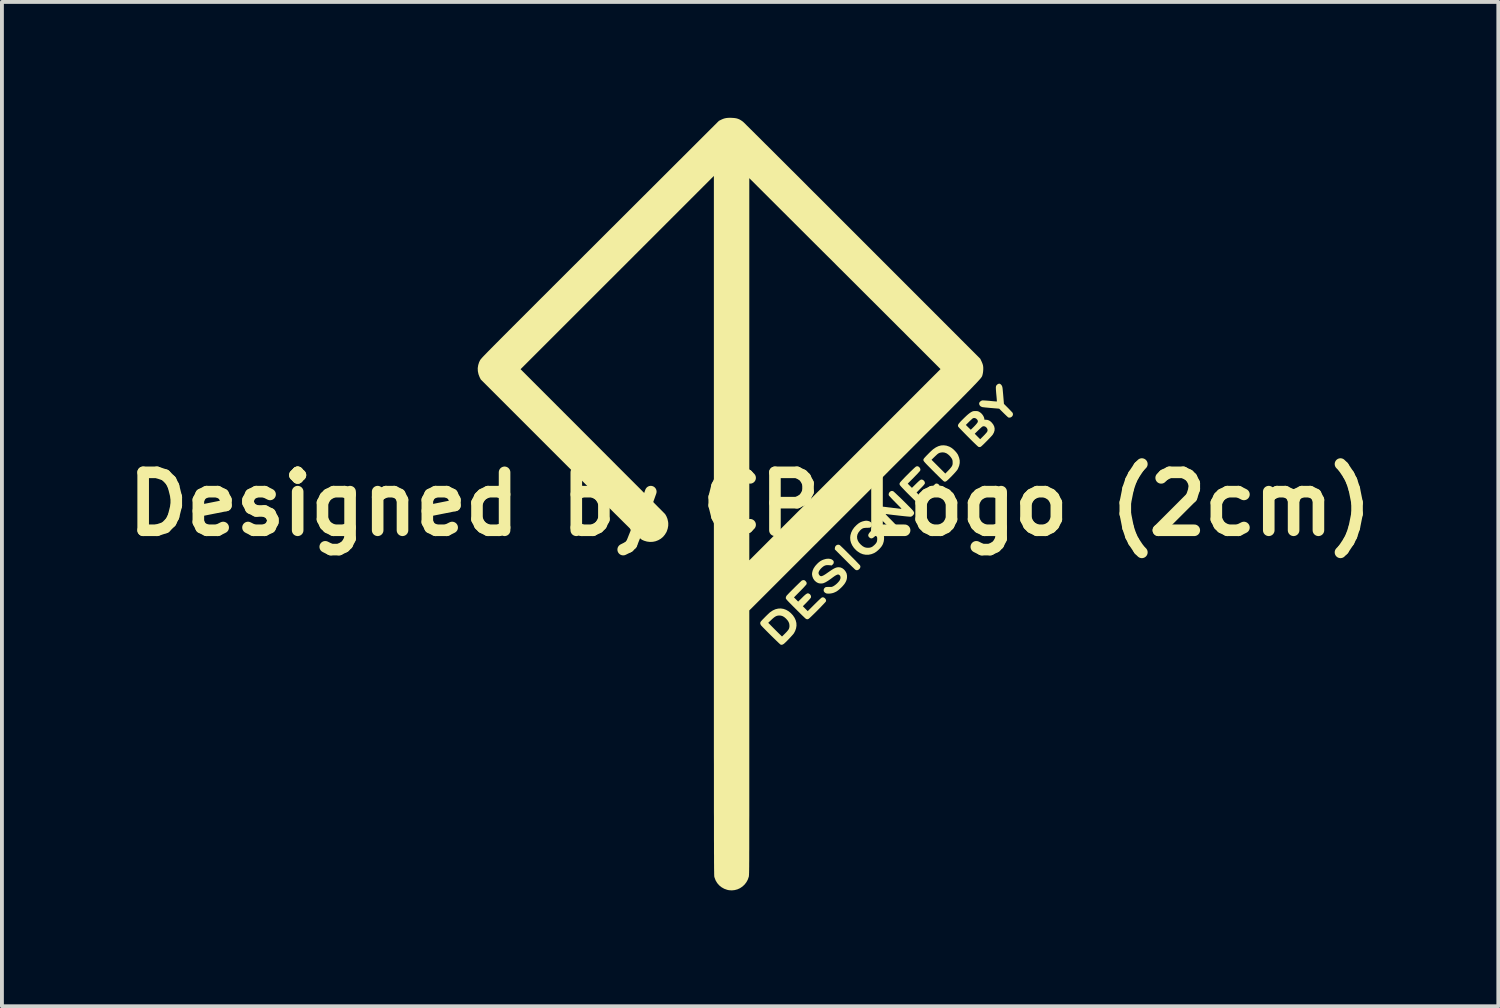
<source format=kicad_pcb>
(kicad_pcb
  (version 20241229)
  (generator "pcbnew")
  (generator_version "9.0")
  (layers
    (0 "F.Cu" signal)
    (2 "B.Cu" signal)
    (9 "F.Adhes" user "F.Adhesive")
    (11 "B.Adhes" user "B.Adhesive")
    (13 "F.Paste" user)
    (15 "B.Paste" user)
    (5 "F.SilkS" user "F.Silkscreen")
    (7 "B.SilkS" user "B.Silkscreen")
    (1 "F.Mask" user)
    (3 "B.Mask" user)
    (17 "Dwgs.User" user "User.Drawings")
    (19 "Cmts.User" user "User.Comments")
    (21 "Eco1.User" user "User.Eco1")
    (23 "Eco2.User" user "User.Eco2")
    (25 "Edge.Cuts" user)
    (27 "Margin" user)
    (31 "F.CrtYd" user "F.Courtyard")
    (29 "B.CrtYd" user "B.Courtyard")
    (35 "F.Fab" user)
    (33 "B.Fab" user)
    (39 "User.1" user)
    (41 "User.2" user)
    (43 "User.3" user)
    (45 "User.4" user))
  (footprint "Designed by CP Logo (2cm)"
    (layer "F.Cu")
    (at 16.371 10.001)
    (property "Reference" "Designed by CP Logo (2cm)" (at 0 0 0) (layer "F.SilkS") (effects (font (size 1.5 1.5) (thickness 0.3))))
    (attr board_only exclude_from_pos_files exclude_from_bom)
    (fp_poly (pts (xy 2.298 1.053) (xy 2.319 1.061) (xy 2.328 1.068) (xy 2.345 1.084) (xy 2.37 1.108) (xy 2.402 1.138) (xy 2.438 1.173) (xy 2.478 1.213) (xy 2.521 1.256) (xy 2.566 1.301) (xy 2.611 1.346) (xy 2.656 1.391) (xy 2.699 1.434) (xy 2.738 1.474) (xy 2.773 1.51) (xy 2.803 1.542) (xy 2.827 1.566) (xy 2.842 1.583) (xy 2.849 1.592) (xy 2.856 1.62) (xy 2.85 1.649) (xy 2.834 1.676) (xy 2.807 1.699) (xy 2.806 1.7) (xy 2.776 1.712) (xy 2.748 1.711) (xy 2.726 1.701) (xy 2.717 1.693) (xy 2.699 1.677) (xy 2.674 1.652) (xy 2.641 1.621) (xy 2.603 1.583) (xy 2.559 1.54) (xy 2.513 1.494) (xy 2.463 1.444) (xy 2.449 1.43) (xy 2.194 1.174) (xy 2.194 1.143) (xy 2.2 1.11) (xy 2.216 1.083) (xy 2.239 1.063) (xy 2.268 1.053)) (stroke (width 0) (type solid)) (fill yes) (layer "F.SilkS"))
    (fp_poly (pts (xy 6.472 -3.112) (xy 6.495 -3.095) (xy 6.513 -3.072) (xy 6.518 -3.065) (xy 6.522 -3.055) (xy 6.526 -3.045) (xy 6.53 -3.033) (xy 6.533 -3.019) (xy 6.536 -3) (xy 6.539 -2.974) (xy 6.542 -2.941) (xy 6.546 -2.898) (xy 6.551 -2.844) (xy 6.556 -2.784) (xy 6.572 -2.594) (xy 6.682 -2.484) (xy 6.714 -2.451) (xy 6.743 -2.42) (xy 6.768 -2.394) (xy 6.787 -2.374) (xy 6.797 -2.361) (xy 6.799 -2.358) (xy 6.806 -2.329) (xy 6.802 -2.3) (xy 6.787 -2.274) (xy 6.764 -2.253) (xy 6.734 -2.24) (xy 6.723 -2.239) (xy 6.702 -2.239) (xy 6.685 -2.243) (xy 6.683 -2.244) (xy 6.674 -2.251) (xy 6.657 -2.267) (xy 6.633 -2.289) (xy 6.604 -2.317) (xy 6.572 -2.348) (xy 6.559 -2.361) (xy 6.449 -2.47) (xy 6.242 -2.487) (xy 6.188 -2.492) (xy 6.137 -2.497) (xy 6.092 -2.501) (xy 6.055 -2.505) (xy 6.027 -2.509) (xy 6.01 -2.511) (xy 6.008 -2.512) (xy 5.975 -2.526) (xy 5.95 -2.548) (xy 5.934 -2.576) (xy 5.93 -2.606) (xy 5.931 -2.615) (xy 5.941 -2.637) (xy 5.961 -2.658) (xy 5.986 -2.675) (xy 6.011 -2.684) (xy 6.027 -2.684) (xy 6.054 -2.683) (xy 6.09 -2.681) (xy 6.134 -2.678) (xy 6.181 -2.674) (xy 6.214 -2.671) (xy 6.262 -2.666) (xy 6.305 -2.662) (xy 6.341 -2.659) (xy 6.368 -2.657) (xy 6.385 -2.656) (xy 6.389 -2.656) (xy 6.389 -2.663) (xy 6.388 -2.683) (xy 6.386 -2.712) (xy 6.383 -2.749) (xy 6.379 -2.792) (xy 6.377 -2.813) (xy 6.371 -2.876) (xy 6.367 -2.928) (xy 6.364 -2.968) (xy 6.363 -3) (xy 6.363 -3.024) (xy 6.365 -3.042) (xy 6.369 -3.057) (xy 6.374 -3.068) (xy 6.377 -3.072) (xy 6.394 -3.092) (xy 6.418 -3.108) (xy 6.442 -3.117) (xy 6.45 -3.118)) (stroke (width 0) (type solid)) (fill yes) (layer "F.SilkS"))
    (fp_poly (pts (xy 0.866 2.714) (xy 0.934 2.739) (xy 0.999 2.777) (xy 1.052 2.82) (xy 1.108 2.88) (xy 1.151 2.944) (xy 1.181 3.01) (xy 1.198 3.078) (xy 1.201 3.148) (xy 1.19 3.217) (xy 1.166 3.286) (xy 1.134 3.346) (xy 1.12 3.364) (xy 1.099 3.389) (xy 1.071 3.42) (xy 1.039 3.455) (xy 1.005 3.491) (xy 0.97 3.527) (xy 0.937 3.561) (xy 0.907 3.589) (xy 0.883 3.611) (xy 0.874 3.619) (xy 0.842 3.638) (xy 0.811 3.644) (xy 0.79 3.639) (xy 0.782 3.633) (xy 0.765 3.618) (xy 0.74 3.595) (xy 0.709 3.565) (xy 0.673 3.531) (xy 0.633 3.492) (xy 0.59 3.45) (xy 0.546 3.407) (xy 0.502 3.363) (xy 0.458 3.319) (xy 0.417 3.278) (xy 0.379 3.239) (xy 0.345 3.205) (xy 0.317 3.176) (xy 0.296 3.153) (xy 0.283 3.139) (xy 0.281 3.136) (xy 0.265 3.105) (xy 0.262 3.075) (xy 0.262 3.074) (xy 0.469 3.074) (xy 0.645 3.251) (xy 0.686 3.292) (xy 0.724 3.33) (xy 0.758 3.363) (xy 0.786 3.39) (xy 0.807 3.411) (xy 0.821 3.424) (xy 0.826 3.428) (xy 0.832 3.423) (xy 0.846 3.41) (xy 0.866 3.39) (xy 0.891 3.365) (xy 0.908 3.348) (xy 0.946 3.309) (xy 0.974 3.276) (xy 0.995 3.248) (xy 1.008 3.222) (xy 1.015 3.196) (xy 1.019 3.167) (xy 1.019 3.149) (xy 1.014 3.1) (xy 0.997 3.053) (xy 0.968 3.008) (xy 0.926 2.962) (xy 0.925 2.961) (xy 0.882 2.925) (xy 0.84 2.901) (xy 0.796 2.888) (xy 0.752 2.885) (xy 0.719 2.888) (xy 0.687 2.896) (xy 0.654 2.912) (xy 0.619 2.936) (xy 0.579 2.97) (xy 0.545 3.002) (xy 0.469 3.074) (xy 0.262 3.074) (xy 0.273 3.047) (xy 0.273 3.047) (xy 0.283 3.034) (xy 0.302 3.013) (xy 0.327 2.986) (xy 0.357 2.956) (xy 0.389 2.923) (xy 0.422 2.89) (xy 0.454 2.859) (xy 0.483 2.832) (xy 0.506 2.81) (xy 0.523 2.797) (xy 0.589 2.753) (xy 0.658 2.722) (xy 0.727 2.706) (xy 0.797 2.703)) (stroke (width 0) (type solid)) (fill yes) (layer "F.SilkS"))
    (fp_poly (pts (xy 5.083 -1.513) (xy 5.153 -1.489) (xy 5.18 -1.476) (xy 5.223 -1.45) (xy 5.267 -1.414) (xy 5.309 -1.372) (xy 5.347 -1.328) (xy 5.377 -1.284) (xy 5.384 -1.27) (xy 5.412 -1.199) (xy 5.427 -1.13) (xy 5.427 -1.062) (xy 5.413 -0.993) (xy 5.385 -0.923) (xy 5.369 -0.892) (xy 5.356 -0.875) (xy 5.336 -0.85) (xy 5.31 -0.82) (xy 5.279 -0.786) (xy 5.245 -0.75) (xy 5.21 -0.713) (xy 5.175 -0.679) (xy 5.143 -0.647) (xy 5.114 -0.621) (xy 5.092 -0.601) (xy 5.076 -0.59) (xy 5.075 -0.589) (xy 5.053 -0.581) (xy 5.036 -0.58) (xy 5.019 -0.588) (xy 5.012 -0.592) (xy 5.003 -0.599) (xy 4.985 -0.616) (xy 4.959 -0.64) (xy 4.926 -0.672) (xy 4.888 -0.709) (xy 4.845 -0.752) (xy 4.798 -0.798) (xy 4.749 -0.848) (xy 4.738 -0.858) (xy 4.681 -0.916) (xy 4.632 -0.965) (xy 4.592 -1.006) (xy 4.56 -1.039) (xy 4.534 -1.067) (xy 4.515 -1.089) (xy 4.501 -1.106) (xy 4.493 -1.12) (xy 4.488 -1.131) (xy 4.486 -1.141) (xy 4.487 -1.147) (xy 4.697 -1.147) (xy 4.876 -0.968) (xy 5.054 -0.79) (xy 5.129 -0.866) (xy 5.163 -0.902) (xy 5.191 -0.935) (xy 5.213 -0.963) (xy 5.224 -0.981) (xy 5.235 -1.003) (xy 5.241 -1.024) (xy 5.244 -1.048) (xy 5.244 -1.076) (xy 5.243 -1.108) (xy 5.24 -1.131) (xy 5.233 -1.153) (xy 5.224 -1.173) (xy 5.2 -1.209) (xy 5.169 -1.247) (xy 5.132 -1.281) (xy 5.095 -1.308) (xy 5.079 -1.317) (xy 5.027 -1.335) (xy 4.973 -1.339) (xy 4.919 -1.33) (xy 4.906 -1.326) (xy 4.888 -1.318) (xy 4.87 -1.308) (xy 4.851 -1.294) (xy 4.829 -1.274) (xy 4.8 -1.247) (xy 4.78 -1.228) (xy 4.697 -1.147) (xy 4.487 -1.147) (xy 4.487 -1.15) (xy 4.49 -1.16) (xy 4.493 -1.168) (xy 4.501 -1.18) (xy 4.517 -1.2) (xy 4.541 -1.226) (xy 4.569 -1.256) (xy 4.601 -1.288) (xy 4.634 -1.322) (xy 4.667 -1.354) (xy 4.698 -1.383) (xy 4.726 -1.408) (xy 4.74 -1.42) (xy 4.807 -1.466) (xy 4.875 -1.499) (xy 4.944 -1.518) (xy 5.013 -1.522)) (stroke (width 0) (type solid)) (fill yes) (layer "F.SilkS"))
    (fp_poly (pts (xy 4.352 -0.975) (xy 4.376 -0.959) (xy 4.399 -0.931) (xy 4.409 -0.901) (xy 4.406 -0.871) (xy 4.399 -0.86) (xy 4.383 -0.84) (xy 4.358 -0.813) (xy 4.326 -0.778) (xy 4.287 -0.738) (xy 4.243 -0.692) (xy 4.24 -0.689) (xy 4.081 -0.529) (xy 4.135 -0.474) (xy 4.19 -0.42) (xy 4.28 -0.509) (xy 4.32 -0.548) (xy 4.351 -0.578) (xy 4.376 -0.6) (xy 4.395 -0.616) (xy 4.409 -0.626) (xy 4.421 -0.632) (xy 4.432 -0.634) (xy 4.438 -0.635) (xy 4.467 -0.629) (xy 4.493 -0.612) (xy 4.513 -0.589) (xy 4.524 -0.561) (xy 4.525 -0.534) (xy 4.519 -0.522) (xy 4.506 -0.504) (xy 4.484 -0.478) (xy 4.453 -0.445) (xy 4.415 -0.406) (xy 4.31 -0.299) (xy 4.373 -0.236) (xy 4.437 -0.173) (xy 4.611 -0.347) (xy 4.653 -0.388) (xy 4.692 -0.426) (xy 4.728 -0.46) (xy 4.758 -0.488) (xy 4.782 -0.51) (xy 4.799 -0.524) (xy 4.806 -0.529) (xy 4.833 -0.532) (xy 4.86 -0.524) (xy 4.884 -0.507) (xy 4.903 -0.484) (xy 4.913 -0.458) (xy 4.912 -0.432) (xy 4.906 -0.423) (xy 4.891 -0.405) (xy 4.869 -0.381) (xy 4.841 -0.35) (xy 4.807 -0.314) (xy 4.77 -0.275) (xy 4.73 -0.234) (xy 4.689 -0.192) (xy 4.647 -0.15) (xy 4.607 -0.11) (xy 4.569 -0.073) (xy 4.535 -0.04) (xy 4.506 -0.012) (xy 4.484 0.009) (xy 4.468 0.022) (xy 4.464 0.025) (xy 4.433 0.035) (xy 4.403 0.03) (xy 4.376 0.015) (xy 4.365 0.006) (xy 4.346 -0.012) (xy 4.319 -0.038) (xy 4.286 -0.071) (xy 4.247 -0.109) (xy 4.204 -0.152) (xy 4.157 -0.198) (xy 4.118 -0.237) (xy 4.054 -0.301) (xy 4.001 -0.356) (xy 3.957 -0.402) (xy 3.923 -0.438) (xy 3.898 -0.466) (xy 3.883 -0.485) (xy 3.876 -0.496) (xy 3.869 -0.514) (xy 3.869 -0.527) (xy 3.874 -0.543) (xy 3.879 -0.553) (xy 3.887 -0.565) (xy 3.904 -0.585) (xy 3.929 -0.612) (xy 3.959 -0.644) (xy 3.994 -0.681) (xy 4.032 -0.72) (xy 4.073 -0.761) (xy 4.113 -0.801) (xy 4.153 -0.841) (xy 4.191 -0.877) (xy 4.225 -0.91) (xy 4.254 -0.937) (xy 4.278 -0.958) (xy 4.293 -0.97) (xy 4.298 -0.973) (xy 4.327 -0.98)) (stroke (width 0) (type solid)) (fill yes) (layer "F.SilkS"))
    (fp_poly (pts (xy 1.404 1.971) (xy 1.422 1.981) (xy 1.435 1.993) (xy 1.456 2.019) (xy 1.465 2.044) (xy 1.462 2.069) (xy 1.46 2.076) (xy 1.452 2.087) (xy 1.436 2.106) (xy 1.412 2.133) (xy 1.382 2.166) (xy 1.346 2.203) (xy 1.306 2.244) (xy 1.293 2.257) (xy 1.136 2.416) (xy 1.19 2.47) (xy 1.244 2.525) (xy 1.344 2.427) (xy 1.385 2.386) (xy 1.418 2.356) (xy 1.445 2.334) (xy 1.467 2.32) (xy 1.485 2.312) (xy 1.5 2.311) (xy 1.514 2.314) (xy 1.545 2.331) (xy 1.566 2.356) (xy 1.577 2.385) (xy 1.576 2.415) (xy 1.573 2.422) (xy 1.566 2.433) (xy 1.55 2.453) (xy 1.528 2.478) (xy 1.501 2.507) (xy 1.47 2.539) (xy 1.466 2.544) (xy 1.366 2.645) (xy 1.429 2.709) (xy 1.492 2.772) (xy 1.668 2.596) (xy 1.721 2.544) (xy 1.767 2.499) (xy 1.804 2.464) (xy 1.833 2.438) (xy 1.853 2.422) (xy 1.864 2.416) (xy 1.893 2.414) (xy 1.92 2.425) (xy 1.939 2.441) (xy 1.96 2.468) (xy 1.967 2.495) (xy 1.965 2.516) (xy 1.959 2.526) (xy 1.944 2.544) (xy 1.921 2.569) (xy 1.892 2.6) (xy 1.858 2.635) (xy 1.821 2.675) (xy 1.78 2.716) (xy 1.739 2.758) (xy 1.697 2.8) (xy 1.656 2.84) (xy 1.618 2.877) (xy 1.584 2.91) (xy 1.555 2.937) (xy 1.532 2.958) (xy 1.517 2.97) (xy 1.512 2.973) (xy 1.488 2.982) (xy 1.467 2.981) (xy 1.445 2.971) (xy 1.435 2.963) (xy 1.424 2.954) (xy 1.405 2.936) (xy 1.378 2.91) (xy 1.344 2.878) (xy 1.305 2.839) (xy 1.262 2.796) (xy 1.215 2.75) (xy 1.166 2.701) (xy 1.166 2.7) (xy 1.11 2.645) (xy 1.064 2.598) (xy 1.026 2.56) (xy 0.996 2.529) (xy 0.972 2.504) (xy 0.955 2.484) (xy 0.942 2.469) (xy 0.933 2.458) (xy 0.928 2.449) (xy 0.925 2.441) (xy 0.924 2.435) (xy 0.924 2.429) (xy 0.929 2.401) (xy 0.944 2.373) (xy 0.944 2.373) (xy 0.954 2.361) (xy 0.973 2.342) (xy 0.998 2.315) (xy 1.029 2.283) (xy 1.065 2.247) (xy 1.103 2.209) (xy 1.143 2.169) (xy 1.182 2.13) (xy 1.22 2.093) (xy 1.256 2.058) (xy 1.287 2.028) (xy 1.312 2.004) (xy 1.33 1.987) (xy 1.34 1.979) (xy 1.359 1.972) (xy 1.382 1.968) (xy 1.384 1.968)) (stroke (width 0) (type solid)) (fill yes) (layer "F.SilkS"))
    (fp_poly (pts (xy 3.028 0.432) (xy 3.061 0.438) (xy 3.098 0.451) (xy 3.126 0.471) (xy 3.146 0.496) (xy 3.154 0.525) (xy 3.152 0.553) (xy 3.138 0.581) (xy 3.124 0.596) (xy 3.113 0.604) (xy 3.103 0.609) (xy 3.088 0.612) (xy 3.067 0.613) (xy 3.036 0.614) (xy 3.027 0.614) (xy 2.978 0.616) (xy 2.939 0.622) (xy 2.906 0.635) (xy 2.876 0.656) (xy 2.845 0.685) (xy 2.844 0.687) (xy 2.805 0.736) (xy 2.78 0.786) (xy 2.769 0.838) (xy 2.772 0.89) (xy 2.775 0.904) (xy 2.791 0.95) (xy 2.816 0.993) (xy 2.852 1.035) (xy 2.871 1.054) (xy 2.914 1.09) (xy 2.956 1.114) (xy 3 1.128) (xy 3.05 1.132) (xy 3.051 1.132) (xy 3.096 1.129) (xy 3.134 1.119) (xy 3.17 1.1) (xy 3.206 1.07) (xy 3.214 1.064) (xy 3.247 1.03) (xy 3.269 1) (xy 3.283 0.97) (xy 3.289 0.936) (xy 3.291 0.908) (xy 3.29 0.88) (xy 3.288 0.862) (xy 3.283 0.849) (xy 3.275 0.838) (xy 3.271 0.835) (xy 3.252 0.815) (xy 3.229 0.837) (xy 3.195 0.866) (xy 3.167 0.883) (xy 3.142 0.889) (xy 3.119 0.885) (xy 3.103 0.877) (xy 3.077 0.855) (xy 3.062 0.832) (xy 3.058 0.808) (xy 3.065 0.78) (xy 3.084 0.749) (xy 3.115 0.713) (xy 3.146 0.681) (xy 3.184 0.646) (xy 3.214 0.622) (xy 3.239 0.608) (xy 3.263 0.604) (xy 3.287 0.611) (xy 3.313 0.628) (xy 3.344 0.656) (xy 3.373 0.684) (xy 3.403 0.714) (xy 3.424 0.738) (xy 3.439 0.756) (xy 3.449 0.772) (xy 3.456 0.787) (xy 3.459 0.797) (xy 3.468 0.849) (xy 3.468 0.906) (xy 3.46 0.966) (xy 3.443 1.023) (xy 3.427 1.059) (xy 3.399 1.103) (xy 3.361 1.148) (xy 3.317 1.192) (xy 3.271 1.231) (xy 3.225 1.261) (xy 3.213 1.268) (xy 3.143 1.296) (xy 3.071 1.311) (xy 2.998 1.312) (xy 2.987 1.311) (xy 2.919 1.298) (xy 2.852 1.271) (xy 2.788 1.23) (xy 2.742 1.193) (xy 2.687 1.134) (xy 2.644 1.07) (xy 2.613 1.004) (xy 2.595 0.936) (xy 2.591 0.866) (xy 2.598 0.805) (xy 2.619 0.734) (xy 2.651 0.669) (xy 2.695 0.606) (xy 2.753 0.546) (xy 2.756 0.543) (xy 2.804 0.503) (xy 2.849 0.474) (xy 2.898 0.453) (xy 2.93 0.444) (xy 2.968 0.435) (xy 2.999 0.431)) (stroke (width 0) (type solid)) (fill yes) (layer "F.SilkS"))
    (fp_poly (pts (xy 5.865 -2.408) (xy 5.889 -2.405) (xy 5.908 -2.4) (xy 5.928 -2.39) (xy 5.929 -2.39) (xy 5.971 -2.362) (xy 6.008 -2.325) (xy 6.037 -2.284) (xy 6.057 -2.24) (xy 6.063 -2.213) (xy 6.068 -2.183) (xy 6.111 -2.183) (xy 6.151 -2.178) (xy 6.188 -2.164) (xy 6.224 -2.14) (xy 6.254 -2.112) (xy 6.293 -2.063) (xy 6.319 -2.012) (xy 6.331 -1.96) (xy 6.329 -1.907) (xy 6.312 -1.852) (xy 6.283 -1.799) (xy 6.272 -1.785) (xy 6.253 -1.763) (xy 6.227 -1.735) (xy 6.197 -1.703) (xy 6.163 -1.668) (xy 6.128 -1.632) (xy 6.093 -1.597) (xy 6.059 -1.563) (xy 6.029 -1.534) (xy 6.003 -1.51) (xy 5.984 -1.493) (xy 5.973 -1.484) (xy 5.949 -1.476) (xy 5.924 -1.478) (xy 5.911 -1.482) (xy 5.902 -1.489) (xy 5.885 -1.504) (xy 5.86 -1.527) (xy 5.829 -1.557) (xy 5.792 -1.592) (xy 5.752 -1.631) (xy 5.709 -1.674) (xy 5.665 -1.718) (xy 5.62 -1.763) (xy 5.576 -1.808) (xy 5.563 -1.821) (xy 5.816 -1.821) (xy 5.886 -1.75) (xy 5.957 -1.679) (xy 6.042 -1.764) (xy 6.072 -1.795) (xy 6.098 -1.824) (xy 6.12 -1.849) (xy 6.135 -1.868) (xy 6.14 -1.877) (xy 6.149 -1.911) (xy 6.143 -1.944) (xy 6.124 -1.976) (xy 6.122 -1.978) (xy 6.093 -2.003) (xy 6.061 -2.015) (xy 6.034 -2.014) (xy 6.022 -2.01) (xy 6.009 -2.003) (xy 5.991 -1.989) (xy 5.969 -1.969) (xy 5.939 -1.941) (xy 5.912 -1.915) (xy 5.816 -1.821) (xy 5.563 -1.821) (xy 5.534 -1.851) (xy 5.495 -1.891) (xy 5.46 -1.927) (xy 5.43 -1.958) (xy 5.407 -1.983) (xy 5.392 -2) (xy 5.386 -2.009) (xy 5.386 -2.009) (xy 5.382 -2.027) (xy 5.383 -2.044) (xy 5.385 -2.049) (xy 5.586 -2.049) (xy 5.648 -1.987) (xy 5.672 -1.964) (xy 5.692 -1.944) (xy 5.707 -1.931) (xy 5.714 -1.926) (xy 5.714 -1.926) (xy 5.72 -1.93) (xy 5.734 -1.944) (xy 5.755 -1.964) (xy 5.78 -1.989) (xy 5.801 -2.01) (xy 5.838 -2.049) (xy 5.865 -2.081) (xy 5.884 -2.106) (xy 5.894 -2.126) (xy 5.897 -2.144) (xy 5.894 -2.161) (xy 5.885 -2.179) (xy 5.881 -2.184) (xy 5.856 -2.21) (xy 5.827 -2.225) (xy 5.796 -2.229) (xy 5.768 -2.221) (xy 5.758 -2.214) (xy 5.74 -2.198) (xy 5.716 -2.176) (xy 5.688 -2.15) (xy 5.669 -2.131) (xy 5.586 -2.049) (xy 5.385 -2.049) (xy 5.39 -2.062) (xy 5.404 -2.084) (xy 5.426 -2.11) (xy 5.456 -2.144) (xy 5.472 -2.16) (xy 5.537 -2.225) (xy 5.595 -2.281) (xy 5.646 -2.326) (xy 5.69 -2.36) (xy 5.726 -2.383) (xy 5.728 -2.384) (xy 5.752 -2.396) (xy 5.772 -2.404) (xy 5.792 -2.407) (xy 5.819 -2.408) (xy 5.833 -2.409)) (stroke (width 0) (type solid)) (fill yes) (layer "F.SilkS"))
    (fp_poly (pts (xy 3.702 -0.334) (xy 3.703 -0.334) (xy 3.713 -0.327) (xy 3.731 -0.312) (xy 3.756 -0.288) (xy 3.788 -0.258) (xy 3.825 -0.223) (xy 3.866 -0.184) (xy 3.91 -0.142) (xy 3.955 -0.098) (xy 4 -0.053) (xy 4.044 -0.01) (xy 4.086 0.033) (xy 4.125 0.072) (xy 4.159 0.106) (xy 4.187 0.136) (xy 4.208 0.159) (xy 4.219 0.172) (xy 4.239 0.203) (xy 4.247 0.23) (xy 4.242 0.256) (xy 4.225 0.283) (xy 4.216 0.292) (xy 4.193 0.313) (xy 4.171 0.324) (xy 4.158 0.327) (xy 4.147 0.327) (xy 4.123 0.326) (xy 4.089 0.323) (xy 4.046 0.319) (xy 3.996 0.314) (xy 3.941 0.308) (xy 3.883 0.302) (xy 3.823 0.295) (xy 3.763 0.288) (xy 3.705 0.282) (xy 3.651 0.275) (xy 3.602 0.269) (xy 3.561 0.263) (xy 3.529 0.259) (xy 3.52 0.257) (xy 3.514 0.257) (xy 3.511 0.258) (xy 3.512 0.263) (xy 3.518 0.272) (xy 3.53 0.286) (xy 3.549 0.306) (xy 3.575 0.333) (xy 3.609 0.368) (xy 3.652 0.411) (xy 3.658 0.417) (xy 3.698 0.458) (xy 3.735 0.496) (xy 3.768 0.53) (xy 3.795 0.558) (xy 3.816 0.581) (xy 3.829 0.595) (xy 3.833 0.599) (xy 3.843 0.627) (xy 3.84 0.656) (xy 3.83 0.675) (xy 3.807 0.703) (xy 3.779 0.718) (xy 3.747 0.721) (xy 3.724 0.715) (xy 3.714 0.708) (xy 3.696 0.692) (xy 3.669 0.668) (xy 3.637 0.638) (xy 3.6 0.602) (xy 3.559 0.562) (xy 3.515 0.52) (xy 3.47 0.475) (xy 3.424 0.43) (xy 3.38 0.386) (xy 3.338 0.344) (xy 3.3 0.304) (xy 3.266 0.269) (xy 3.237 0.239) (xy 3.216 0.216) (xy 3.204 0.2) (xy 3.202 0.198) (xy 3.19 0.177) (xy 3.182 0.157) (xy 3.181 0.149) (xy 3.186 0.129) (xy 3.198 0.105) (xy 3.215 0.084) (xy 3.231 0.07) (xy 3.232 0.07) (xy 3.242 0.065) (xy 3.253 0.06) (xy 3.266 0.058) (xy 3.281 0.056) (xy 3.301 0.056) (xy 3.327 0.057) (xy 3.36 0.059) (xy 3.401 0.063) (xy 3.452 0.069) (xy 3.515 0.076) (xy 3.583 0.085) (xy 3.647 0.092) (xy 3.707 0.1) (xy 3.763 0.106) (xy 3.811 0.112) (xy 3.851 0.117) (xy 3.882 0.121) (xy 3.9 0.123) (xy 3.904 0.124) (xy 3.912 0.125) (xy 3.916 0.124) (xy 3.917 0.121) (xy 3.914 0.115) (xy 3.906 0.104) (xy 3.891 0.088) (xy 3.87 0.066) (xy 3.841 0.037) (xy 3.804 -0.001) (xy 3.765 -0.04) (xy 3.725 -0.081) (xy 3.688 -0.119) (xy 3.655 -0.154) (xy 3.628 -0.184) (xy 3.607 -0.207) (xy 3.594 -0.222) (xy 3.591 -0.228) (xy 3.587 -0.257) (xy 3.596 -0.288) (xy 3.615 -0.314) (xy 3.643 -0.334) (xy 3.671 -0.341)) (stroke (width 0) (type solid)) (fill yes) (layer "F.SilkS"))
    (fp_poly (pts (xy 2.071 1.419) (xy 2.113 1.433) (xy 2.138 1.451) (xy 2.155 1.468) (xy 2.163 1.482) (xy 2.165 1.5) (xy 2.165 1.507) (xy 2.164 1.527) (xy 2.156 1.544) (xy 2.141 1.562) (xy 2.14 1.563) (xy 2.114 1.589) (xy 2.067 1.584) (xy 2.016 1.58) (xy 1.974 1.582) (xy 1.939 1.591) (xy 1.905 1.608) (xy 1.869 1.636) (xy 1.849 1.654) (xy 1.818 1.687) (xy 1.793 1.722) (xy 1.777 1.754) (xy 1.771 1.782) (xy 1.771 1.783) (xy 1.776 1.81) (xy 1.79 1.837) (xy 1.809 1.856) (xy 1.815 1.86) (xy 1.829 1.866) (xy 1.842 1.867) (xy 1.858 1.864) (xy 1.872 1.859) (xy 1.893 1.85) (xy 1.921 1.834) (xy 1.952 1.815) (xy 1.971 1.802) (xy 2.033 1.759) (xy 2.085 1.723) (xy 2.128 1.695) (xy 2.165 1.673) (xy 2.197 1.657) (xy 2.225 1.646) (xy 2.25 1.639) (xy 2.274 1.636) (xy 2.294 1.635) (xy 2.34 1.641) (xy 2.386 1.66) (xy 2.427 1.691) (xy 2.443 1.707) (xy 2.476 1.751) (xy 2.498 1.796) (xy 2.508 1.845) (xy 2.509 1.859) (xy 2.508 1.913) (xy 2.497 1.965) (xy 2.475 2.017) (xy 2.442 2.07) (xy 2.396 2.125) (xy 2.364 2.158) (xy 2.318 2.201) (xy 2.278 2.234) (xy 2.24 2.261) (xy 2.2 2.281) (xy 2.16 2.298) (xy 2.124 2.308) (xy 2.084 2.315) (xy 2.042 2.319) (xy 2.005 2.318) (xy 1.975 2.314) (xy 1.97 2.312) (xy 1.949 2.301) (xy 1.928 2.285) (xy 1.926 2.283) (xy 1.909 2.259) (xy 1.904 2.23) (xy 1.909 2.201) (xy 1.925 2.175) (xy 1.947 2.156) (xy 1.96 2.15) (xy 1.978 2.147) (xy 2.003 2.146) (xy 2.04 2.146) (xy 2.074 2.146) (xy 2.098 2.146) (xy 2.116 2.143) (xy 2.133 2.137) (xy 2.153 2.128) (xy 2.154 2.127) (xy 2.185 2.108) (xy 2.22 2.082) (xy 2.255 2.051) (xy 2.286 2.018) (xy 2.311 1.987) (xy 2.324 1.966) (xy 2.339 1.926) (xy 2.341 1.89) (xy 2.331 1.859) (xy 2.324 1.849) (xy 2.309 1.835) (xy 2.294 1.826) (xy 2.276 1.824) (xy 2.254 1.828) (xy 2.227 1.841) (xy 2.194 1.86) (xy 2.153 1.889) (xy 2.103 1.926) (xy 2.102 1.927) (xy 2.064 1.954) (xy 2.025 1.981) (xy 1.988 2.004) (xy 1.957 2.022) (xy 1.947 2.027) (xy 1.916 2.041) (xy 1.893 2.05) (xy 1.871 2.054) (xy 1.847 2.056) (xy 1.838 2.056) (xy 1.797 2.054) (xy 1.763 2.045) (xy 1.73 2.029) (xy 1.706 2.013) (xy 1.667 1.977) (xy 1.636 1.932) (xy 1.615 1.882) (xy 1.604 1.83) (xy 1.605 1.785) (xy 1.619 1.724) (xy 1.645 1.664) (xy 1.685 1.604) (xy 1.735 1.548) (xy 1.781 1.505) (xy 1.825 1.473) (xy 1.871 1.449) (xy 1.909 1.435) (xy 1.968 1.419) (xy 2.023 1.414)) (stroke (width 0) (type solid)) (fill yes) (layer "F.SilkS"))
    (fp_poly (pts (xy -0.48 -10) (xy -0.414 -9.996) (xy -0.359 -9.988) (xy -0.311 -9.974) (xy -0.266 -9.954) (xy -0.221 -9.926) (xy -0.176 -9.892) (xy -0.169 -9.885) (xy -0.151 -9.868) (xy -0.125 -9.842) (xy -0.089 -9.806) (xy -0.044 -9.762) (xy 0.009 -9.709) (xy 0.071 -9.648) (xy 0.14 -9.579) (xy 0.218 -9.502) (xy 0.303 -9.417) (xy 0.395 -9.325) (xy 0.494 -9.227) (xy 0.6 -9.121) (xy 0.712 -9.009) (xy 0.83 -8.892) (xy 0.954 -8.768) (xy 1.084 -8.638) (xy 1.219 -8.504) (xy 1.359 -8.364) (xy 1.503 -8.219) (xy 1.652 -8.07) (xy 1.806 -7.917) (xy 1.963 -7.76) (xy 2.124 -7.599) (xy 2.288 -7.435) (xy 2.455 -7.268) (xy 2.625 -7.098) (xy 2.798 -6.925) (xy 2.914 -6.809) (xy 5.959 -3.763) (xy 5.991 -3.696) (xy 6.006 -3.662) (xy 6.019 -3.628) (xy 6.028 -3.598) (xy 6.031 -3.585) (xy 6.036 -3.544) (xy 6.037 -3.494) (xy 6.034 -3.443) (xy 6.028 -3.394) (xy 6.019 -3.354) (xy 6.018 -3.35) (xy 6.016 -3.343) (xy 6.014 -3.337) (xy 6.013 -3.331) (xy 6.011 -3.326) (xy 6.01 -3.32) (xy 6.008 -3.314) (xy 6.005 -3.308) (xy 6.001 -3.301) (xy 5.996 -3.293) (xy 5.99 -3.283) (xy 5.982 -3.273) (xy 5.972 -3.26) (xy 5.961 -3.246) (xy 5.946 -3.229) (xy 5.929 -3.21) (xy 5.91 -3.189) (xy 5.887 -3.164) (xy 5.861 -3.136) (xy 5.832 -3.105) (xy 5.798 -3.071) (xy 5.761 -3.032) (xy 5.72 -2.989) (xy 5.674 -2.942) (xy 5.623 -2.891) (xy 5.568 -2.834) (xy 5.507 -2.773) (xy 5.441 -2.706) (xy 5.369 -2.634) (xy 5.291 -2.556) (xy 5.208 -2.472) (xy 5.118 -2.381) (xy 5.021 -2.284) (xy 4.918 -2.181) (xy 4.807 -2.07) (xy 4.689 -1.952) (xy 4.564 -1.827) (xy 4.431 -1.694) (xy 4.29 -1.553) (xy 4.141 -1.404) (xy 3.983 -1.246) (xy 3.816 -1.08) (xy 3.641 -0.905) (xy 3.457 -0.72) (xy 3.263 -0.527) (xy 3.059 -0.323) (xy 2.965 -0.229) (xy -0.021 2.754) (xy -0.021 6.176) (xy -0.021 6.438) (xy -0.021 6.687) (xy -0.021 6.922) (xy -0.021 7.144) (xy -0.021 7.353) (xy -0.021 7.55) (xy -0.021 7.736) (xy -0.021 7.91) (xy -0.021 8.072) (xy -0.022 8.225) (xy -0.022 8.366) (xy -0.022 8.498) (xy -0.022 8.62) (xy -0.022 8.733) (xy -0.022 8.837) (xy -0.022 8.933) (xy -0.023 9.02) (xy -0.023 9.1) (xy -0.023 9.173) (xy -0.023 9.238) (xy -0.024 9.297) (xy -0.024 9.35) (xy -0.024 9.396) (xy -0.025 9.438) (xy -0.025 9.474) (xy -0.026 9.506) (xy -0.026 9.533) (xy -0.027 9.556) (xy -0.028 9.576) (xy -0.028 9.592) (xy -0.029 9.606) (xy -0.03 9.617) (xy -0.031 9.626) (xy -0.031 9.633) (xy -0.032 9.639) (xy -0.033 9.645) (xy -0.034 9.649) (xy -0.035 9.652) (xy -0.061 9.726) (xy -0.098 9.793) (xy -0.144 9.852) (xy -0.199 9.903) (xy -0.26 9.944) (xy -0.327 9.975) (xy -0.398 9.994) (xy -0.472 10.002) (xy -0.548 9.997) (xy -0.591 9.988) (xy -0.668 9.961) (xy -0.738 9.922) (xy -0.799 9.873) (xy -0.85 9.815) (xy -0.891 9.748) (xy -0.92 9.673) (xy -0.927 9.649) (xy -0.927 9.646) (xy -0.928 9.641) (xy -0.928 9.635) (xy -0.929 9.627) (xy -0.929 9.616) (xy -0.93 9.603) (xy -0.93 9.587) (xy -0.931 9.569) (xy -0.931 9.547) (xy -0.931 9.522) (xy -0.932 9.493) (xy -0.932 9.46) (xy -0.933 9.424) (xy -0.933 9.383) (xy -0.933 9.338) (xy -0.934 9.287) (xy -0.934 9.232) (xy -0.934 9.172) (xy -0.934 9.106) (xy -0.935 9.035) (xy -0.935 8.958) (xy -0.935 8.875) (xy -0.935 8.785) (xy -0.936 8.689) (xy -0.936 8.587) (xy -0.936 8.477) (xy -0.936 8.36) (xy -0.936 8.235) (xy -0.936 8.103) (xy -0.937 7.964) (xy -0.937 7.816) (xy -0.937 7.659) (xy -0.937 7.494) (xy -0.937 7.321) (xy -0.937 7.138) (xy -0.937 6.946) (xy -0.937 6.745) (xy -0.938 6.533) (xy -0.938 6.312) (xy -0.938 6.081) (xy -0.938 5.84) (xy -0.938 5.588) (xy -0.938 5.325) (xy -0.938 5.051) (xy -0.938 4.766) (xy -0.938 4.469) (xy -0.938 4.161) (xy -0.938 3.84) (xy -0.938 3.508) (xy -0.938 3.163) (xy -0.938 2.806) (xy -0.938 2.435) (xy -0.938 2.052) (xy -0.938 1.655) (xy -0.938 1.245) (xy -0.938 0.821) (xy -0.938 0.553) (xy -0.938 -3.491) (xy -0.021 -3.491) (xy -0.021 1.457) (xy 2.455 -1.019) (xy 4.93 -3.495) (xy 4.35 -4.076) (xy 4.302 -4.124) (xy 4.243 -4.183) (xy 4.176 -4.25) (xy 4.1 -4.325) (xy 4.017 -4.409) (xy 3.926 -4.5) (xy 3.827 -4.598) (xy 3.723 -4.703) (xy 3.612 -4.813) (xy 3.496 -4.929) (xy 3.375 -5.05) (xy 3.249 -5.176) (xy 3.119 -5.305) (xy 2.986 -5.438) (xy 2.85 -5.574) (xy 2.711 -5.713) (xy 2.57 -5.853) (xy 2.428 -5.995) (xy 2.284 -6.138) (xy 2.141 -6.282) (xy 1.997 -6.425) (xy 1.874 -6.547) (xy -0.021 -8.438) (xy -0.021 -3.491) (xy -0.938 -3.491) (xy -0.938 -8.496) (xy -3.44 -5.994) (xy -5.943 -3.492) (xy -4.08 -1.628) (xy -3.944 -1.492) (xy -3.811 -1.358) (xy -3.68 -1.227) (xy -3.553 -1.1) (xy -3.429 -0.975) (xy -3.309 -0.855) (xy -3.193 -0.739) (xy -3.082 -0.628) (xy -2.975 -0.521) (xy -2.874 -0.42) (xy -2.779 -0.324) (xy -2.689 -0.234) (xy -2.606 -0.15) (xy -2.53 -0.074) (xy -2.461 -0.004) (xy -2.399 0.059) (xy -2.344 0.114) (xy -2.298 0.16) (xy -2.26 0.198) (xy -2.231 0.228) (xy -2.211 0.248) (xy -2.201 0.259) (xy -2.199 0.261) (xy -2.166 0.318) (xy -2.14 0.383) (xy -2.124 0.454) (xy -2.119 0.493) (xy -2.12 0.562) (xy -2.133 0.634) (xy -2.157 0.705) (xy -2.165 0.723) (xy -2.206 0.791) (xy -2.255 0.85) (xy -2.313 0.898) (xy -2.377 0.935) (xy -2.446 0.962) (xy -2.518 0.977) (xy -2.594 0.98) (xy -2.67 0.971) (xy -2.745 0.949) (xy -2.795 0.927) (xy -2.8 0.924) (xy -2.805 0.921) (xy -2.811 0.917) (xy -2.819 0.911) (xy -2.827 0.904) (xy -2.838 0.895) (xy -2.851 0.883) (xy -2.866 0.869) (xy -2.884 0.853) (xy -2.904 0.833) (xy -2.928 0.81) (xy -2.956 0.784) (xy -2.987 0.753) (xy -3.023 0.719) (xy -3.062 0.68) (xy -3.107 0.636) (xy -3.156 0.587) (xy -3.211 0.533) (xy -3.272 0.473) (xy -3.338 0.407) (xy -3.41 0.335) (xy -3.489 0.257) (xy -3.574 0.172) (xy -3.667 0.08) (xy -3.766 -0.02) (xy -3.874 -0.127) (xy -3.989 -0.242) (xy -4.112 -0.365) (xy -4.244 -0.497) (xy -4.384 -0.637) (xy -4.534 -0.787) (xy -4.693 -0.946) (xy -4.861 -1.114) (xy -4.91 -1.163) (xy -6.974 -3.227) (xy -7.004 -3.287) (xy -7.033 -3.364) (xy -7.049 -3.442) (xy -7.052 -3.52) (xy -7.04 -3.598) (xy -7.016 -3.674) (xy -6.989 -3.728) (xy -6.986 -3.732) (xy -6.983 -3.736) (xy -6.98 -3.741) (xy -6.976 -3.747) (xy -6.97 -3.753) (xy -6.964 -3.761) (xy -6.956 -3.77) (xy -6.946 -3.781) (xy -6.935 -3.794) (xy -6.921 -3.809) (xy -6.905 -3.826) (xy -6.887 -3.845) (xy -6.865 -3.867) (xy -6.841 -3.892) (xy -6.813 -3.921) (xy -6.783 -3.952) (xy -6.748 -3.987) (xy -6.71 -4.026) (xy -6.667 -4.069) (xy -6.621 -4.116) (xy -6.569 -4.168) (xy -6.513 -4.224) (xy -6.453 -4.285) (xy -6.387 -4.352) (xy -6.315 -4.423) (xy -6.239 -4.5) (xy -6.156 -4.583) (xy -6.067 -4.672) (xy -5.972 -4.767) (xy -5.871 -4.868) (xy -5.763 -4.976) (xy -5.648 -5.091) (xy -5.526 -5.213) (xy -5.397 -5.342) (xy -5.26 -5.478) (xy -5.116 -5.623) (xy -4.963 -5.775) (xy -4.803 -5.935) (xy -4.634 -6.104) (xy -4.456 -6.281) (xy -4.27 -6.467) (xy -4.074 -6.662) (xy -3.87 -6.866) (xy -3.656 -7.08) (xy -3.432 -7.303) (xy -3.333 -7.402) (xy -0.808 -9.922) (xy -0.748 -9.952) (xy -0.703 -9.972) (xy -0.66 -9.986) (xy -0.616 -9.995) (xy -0.566 -10) (xy -0.508 -10.001)) (stroke (width 0) (type solid)) (fill yes) (layer "F.SilkS")))
  (gr_rect
    (start -3 -3)
    (end 35.743 23.003)
    (stroke (width 0.1) (type default))
    (fill no)
    (layer "Edge.Cuts")))
</source>
